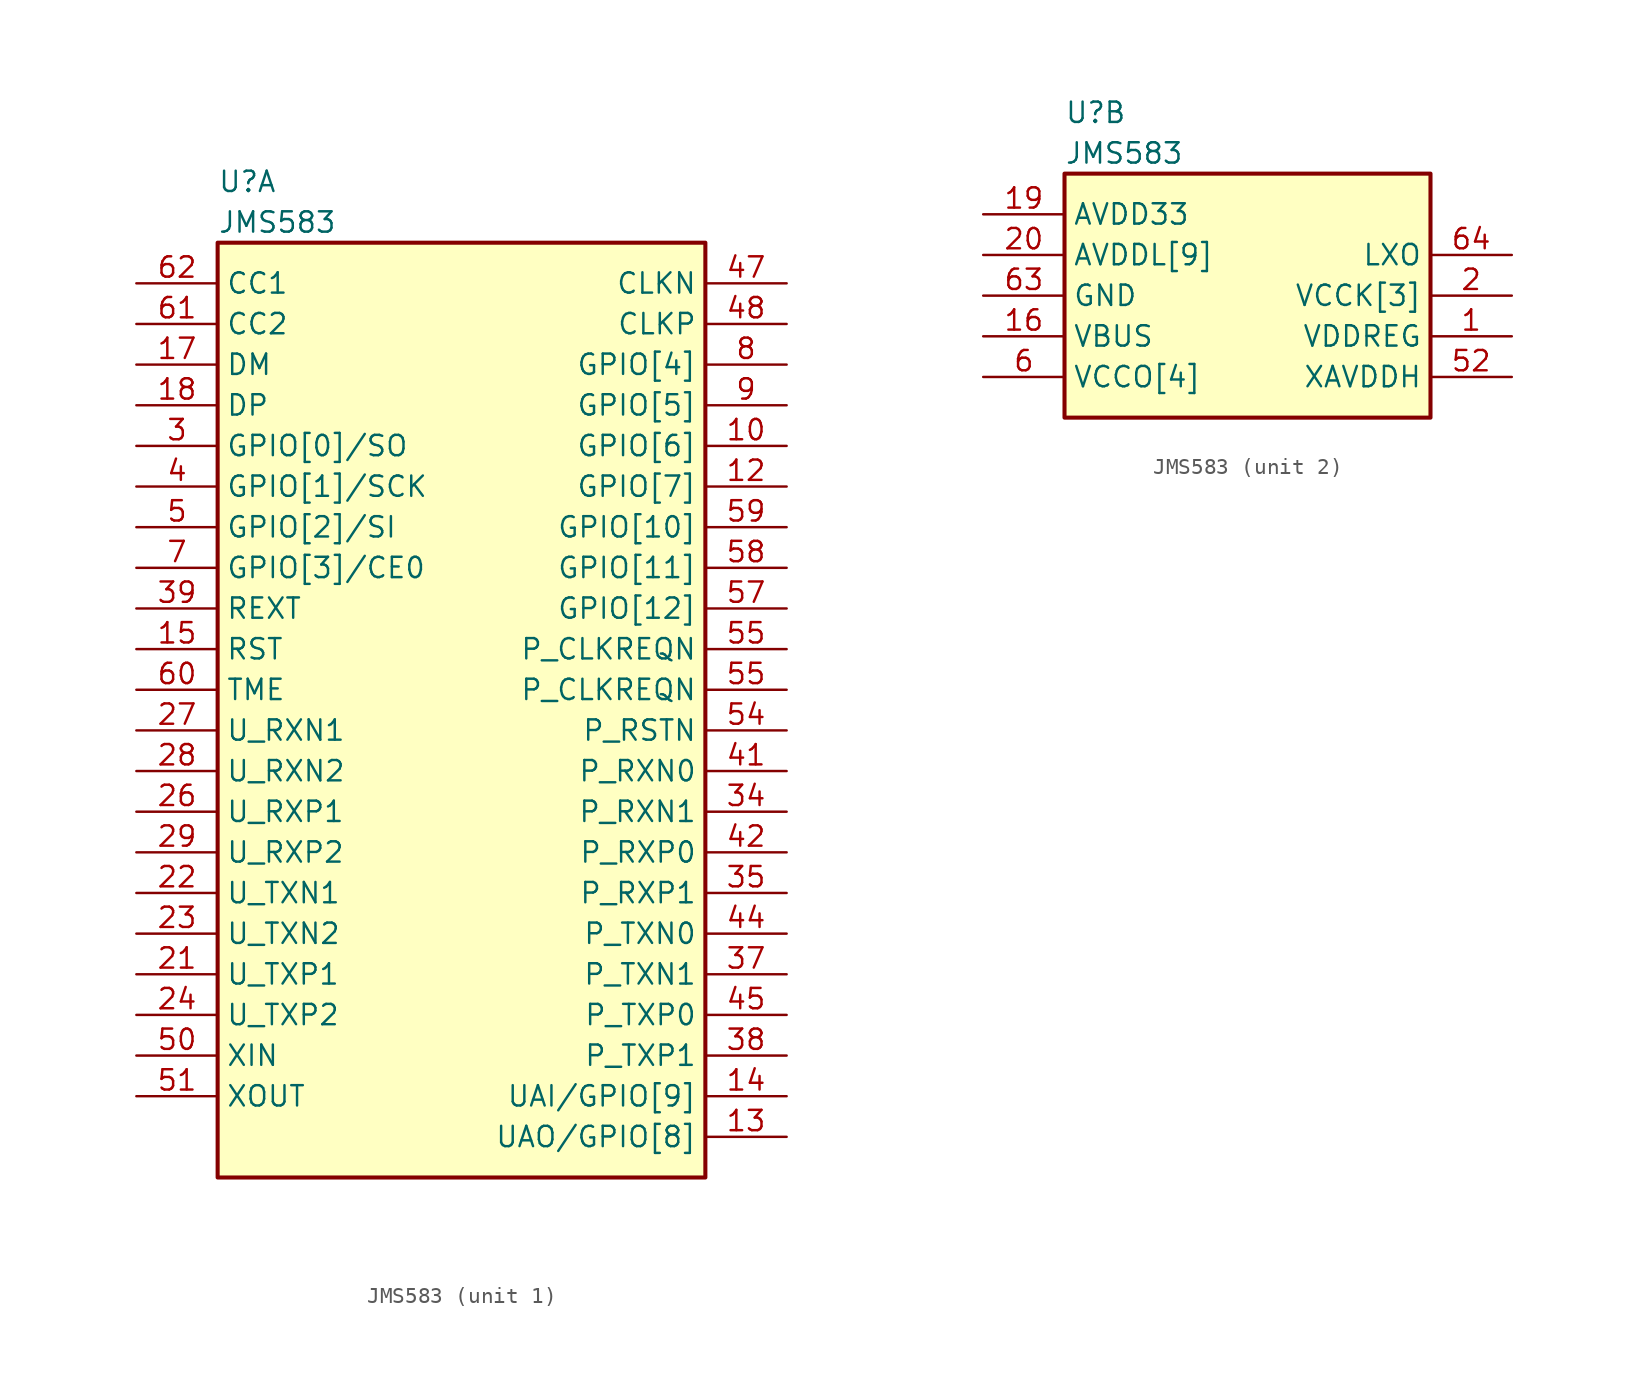
<source format=kicad_sym>
(kicad_symbol_lib
  (version 20211014)
  (generator kicad_symbol_editor)
  (symbol "﻿JMS583"
    (property "Reference" "U"
      (at 5.08 6.35 0)
      (effects (font (size 1.27 1.27)) (justify left)))
    (property "Value" "﻿JMS583"
      (at 5.08 3.81 0)
      (effects (font (size 1.27 1.27)) (justify left)))
    (property "ki_locked" ""
      (at 0 0 0)
      (effects (font (size 1.27 1.27))))
    (symbol "﻿JMS583_1_1"
      (rectangle (start 5.08 2.54) (end 35.56 -55.88) (stroke (width 0.254) (type default) (color 0 0 0 0)) (fill (type background)))
      (pin bidirectional line (at 40.64 -10.16 180) (length 5.08) (name "GPIO[6]" (effects (font (size 1.27 1.27)))) (number "10" (effects (font (size 1.27 1.27)))))
      (pin bidirectional line (at 40.64 -12.7 180) (length 5.08) (name "GPIO[7]" (effects (font (size 1.27 1.27)))) (number "12" (effects (font (size 1.27 1.27)))))
      (pin bidirectional line (at 40.64 -53.34 180) (length 5.08) (name "UAO/GPIO[8]" (effects (font (size 1.27 1.27)))) (number "13" (effects (font (size 1.27 1.27)))))
      (pin bidirectional line (at 40.64 -50.8 180) (length 5.08) (name "UAI/GPIO[9]" (effects (font (size 1.27 1.27)))) (number "14" (effects (font (size 1.27 1.27)))))
      (pin input line (at 0 -22.86 0) (length 5.08) (name "RST" (effects (font (size 1.27 1.27)))) (number "15" (effects (font (size 1.27 1.27)))))
      (pin bidirectional line (at 0 -5.08 0) (length 5.08) (name "DM" (effects (font (size 1.27 1.27)))) (number "17" (effects (font (size 1.27 1.27)))))
      (pin bidirectional line (at 0 -7.62 0) (length 5.08) (name "DP" (effects (font (size 1.27 1.27)))) (number "18" (effects (font (size 1.27 1.27)))))
      (pin output line (at 0 -43.18 0) (length 5.08) (name "U_TXP1" (effects (font (size 1.27 1.27)))) (number "21" (effects (font (size 1.27 1.27)))))
      (pin output line (at 0 -38.1 0) (length 5.08) (name "U_TXN1" (effects (font (size 1.27 1.27)))) (number "22" (effects (font (size 1.27 1.27)))))
      (pin output line (at 0 -40.64 0) (length 5.08) (name "U_TXN2" (effects (font (size 1.27 1.27)))) (number "23" (effects (font (size 1.27 1.27)))))
      (pin output line (at 0 -45.72 0) (length 5.08) (name "U_TXP2" (effects (font (size 1.27 1.27)))) (number "24" (effects (font (size 1.27 1.27)))))
      (pin input line (at 0 -33.02 0) (length 5.08) (name "U_RXP1" (effects (font (size 1.27 1.27)))) (number "26" (effects (font (size 1.27 1.27)))))
      (pin input line (at 0 -27.94 0) (length 5.08) (name "U_RXN1" (effects (font (size 1.27 1.27)))) (number "27" (effects (font (size 1.27 1.27)))))
      (pin input line (at 0 -30.48 0) (length 5.08) (name "U_RXN2" (effects (font (size 1.27 1.27)))) (number "28" (effects (font (size 1.27 1.27)))))
      (pin input line (at 0 -35.56 0) (length 5.08) (name "U_RXP2" (effects (font (size 1.27 1.27)))) (number "29" (effects (font (size 1.27 1.27)))))
      (pin bidirectional line (at 0 -10.16 0) (length 5.08) (name "GPIO[0]/SO" (effects (font (size 1.27 1.27)))) (number "3" (effects (font (size 1.27 1.27)))))
      (pin input line (at 40.64 -33.02 180) (length 5.08) (name "P_RXN1" (effects (font (size 1.27 1.27)))) (number "34" (effects (font (size 1.27 1.27)))))
      (pin input line (at 40.64 -38.1 180) (length 5.08) (name "P_RXP1" (effects (font (size 1.27 1.27)))) (number "35" (effects (font (size 1.27 1.27)))))
      (pin output line (at 40.64 -43.18 180) (length 5.08) (name "P_TXN1" (effects (font (size 1.27 1.27)))) (number "37" (effects (font (size 1.27 1.27)))))
      (pin output line (at 40.64 -48.26 180) (length 5.08) (name "P_TXP1" (effects (font (size 1.27 1.27)))) (number "38" (effects (font (size 1.27 1.27)))))
      (pin input line (at 0 -20.32 0) (length 5.08) (name "REXT" (effects (font (size 1.27 1.27)))) (number "39" (effects (font (size 1.27 1.27)))))
      (pin bidirectional line (at 0 -12.7 0) (length 5.08) (name "GPIO[1]/SCK" (effects (font (size 1.27 1.27)))) (number "4" (effects (font (size 1.27 1.27)))))
      (pin input line (at 40.64 -30.48 180) (length 5.08) (name "P_RXN0" (effects (font (size 1.27 1.27)))) (number "41" (effects (font (size 1.27 1.27)))))
      (pin input line (at 40.64 -35.56 180) (length 5.08) (name "P_RXP0" (effects (font (size 1.27 1.27)))) (number "42" (effects (font (size 1.27 1.27)))))
      (pin output line (at 40.64 -40.64 180) (length 5.08) (name "P_TXN0" (effects (font (size 1.27 1.27)))) (number "44" (effects (font (size 1.27 1.27)))))
      (pin output line (at 40.64 -45.72 180) (length 5.08) (name "P_TXP0" (effects (font (size 1.27 1.27)))) (number "45" (effects (font (size 1.27 1.27)))))
      (pin output line (at 40.64 0 180) (length 5.08) (name "CLKN" (effects (font (size 1.27 1.27)))) (number "47" (effects (font (size 1.27 1.27)))))
      (pin output line (at 40.64 -2.54 180) (length 5.08) (name "CLKP" (effects (font (size 1.27 1.27)))) (number "48" (effects (font (size 1.27 1.27)))))
      (pin bidirectional line (at 0 -15.24 0) (length 5.08) (name "GPIO[2]/SI" (effects (font (size 1.27 1.27)))) (number "5" (effects (font (size 1.27 1.27)))))
      (pin input line (at 0 -48.26 0) (length 5.08) (name "XIN" (effects (font (size 1.27 1.27)))) (number "50" (effects (font (size 1.27 1.27)))))
      (pin output line (at 0 -50.8 0) (length 5.08) (name "XOUT" (effects (font (size 1.27 1.27)))) (number "51" (effects (font (size 1.27 1.27)))))
      (pin output line (at 40.64 -27.94 180) (length 5.08) (name "P_RSTN" (effects (font (size 1.27 1.27)))) (number "54" (effects (font (size 1.27 1.27)))))
      (pin bidirectional line (at 40.64 -25.4 180) (length 5.08) (name "P_CLKREQN" (effects (font (size 1.27 1.27)))) (number "55" (effects (font (size 1.27 1.27)))))
      (pin bidirectional line (at 40.64 -22.86 180) (length 5.08) (name "P_CLKREQN" (effects (font (size 1.27 1.27)))) (number "55" (effects (font (size 1.27 1.27)))))
      (pin bidirectional line (at 40.64 -20.32 180) (length 5.08) (name "GPIO[12]" (effects (font (size 1.27 1.27)))) (number "57" (effects (font (size 1.27 1.27)))))
      (pin bidirectional line (at 40.64 -17.78 180) (length 5.08) (name "GPIO[11]" (effects (font (size 1.27 1.27)))) (number "58" (effects (font (size 1.27 1.27)))))
      (pin bidirectional line (at 40.64 -15.24 180) (length 5.08) (name "GPIO[10]" (effects (font (size 1.27 1.27)))) (number "59" (effects (font (size 1.27 1.27)))))
      (pin input line (at 0 -25.4 0) (length 5.08) (name "TME" (effects (font (size 1.27 1.27)))) (number "60" (effects (font (size 1.27 1.27)))))
      (pin input line (at 0 -2.54 0) (length 5.08) (name "CC2" (effects (font (size 1.27 1.27)))) (number "61" (effects (font (size 1.27 1.27)))))
      (pin input line (at 0 0 0) (length 5.08) (name "CC1" (effects (font (size 1.27 1.27)))) (number "62" (effects (font (size 1.27 1.27)))))
      (pin bidirectional line (at 0 -17.78 0) (length 5.08) (name "GPIO[3]/CE0" (effects (font (size 1.27 1.27)))) (number "7" (effects (font (size 1.27 1.27)))))
      (pin bidirectional line (at 40.64 -5.08 180) (length 5.08) (name "GPIO[4]" (effects (font (size 1.27 1.27)))) (number "8" (effects (font (size 1.27 1.27)))))
      (pin bidirectional line (at 40.64 -7.62 180) (length 5.08) (name "GPIO[5]" (effects (font (size 1.27 1.27)))) (number "9" (effects (font (size 1.27 1.27))))))
    (symbol "﻿JMS583_2_1"
      (rectangle (start 5.08 2.54) (end 27.94 -12.7) (stroke (width 0.254) (type default) (color 0 0 0 0)) (fill (type background)))
      (pin power_in line (at 33.02 -7.62 180) (length 5.08) (name "VDDREG" (effects (font (size 1.27 1.27)))) (number "1" (effects (font (size 1.27 1.27)))))
      (pin passive line (at 0 -10.16 0) (length 5.08) hide (name "VCCO[4]" (effects (font (size 1.27 1.27)))) (number "11" (effects (font (size 1.27 1.27)))))
      (pin power_in line (at 0 -7.62 0) (length 5.08) (name "VBUS" (effects (font (size 1.27 1.27)))) (number "16" (effects (font (size 1.27 1.27)))))
      (pin power_in line (at 0 0 0) (length 5.08) (name "AVDD33" (effects (font (size 1.27 1.27)))) (number "19" (effects (font (size 1.27 1.27)))))
      (pin power_in line (at 33.02 -5.08 180) (length 5.08) (name "VCCK[3]" (effects (font (size 1.27 1.27)))) (number "2" (effects (font (size 1.27 1.27)))))
      (pin power_in line (at 0 -2.54 0) (length 5.08) (name "AVDDL[9]" (effects (font (size 1.27 1.27)))) (number "20" (effects (font (size 1.27 1.27)))))
      (pin passive line (at 0 -2.54 0) (length 5.08) hide (name "AVDDL[9]" (effects (font (size 1.27 1.27)))) (number "25" (effects (font (size 1.27 1.27)))))
      (pin passive line (at 0 -2.54 0) (length 5.08) hide (name "AVDDL[9]" (effects (font (size 1.27 1.27)))) (number "30" (effects (font (size 1.27 1.27)))))
      (pin passive line (at 33.02 -5.08 180) (length 5.08) hide (name "VCCK[3]" (effects (font (size 1.27 1.27)))) (number "31" (effects (font (size 1.27 1.27)))))
      (pin passive line (at 0 -10.16 0) (length 5.08) hide (name "VCCO[4]" (effects (font (size 1.27 1.27)))) (number "32" (effects (font (size 1.27 1.27)))))
      (pin passive line (at 0 -2.54 0) (length 5.08) hide (name "AVDDL[9]" (effects (font (size 1.27 1.27)))) (number "33" (effects (font (size 1.27 1.27)))))
      (pin passive line (at 0 -2.54 0) (length 5.08) hide (name "AVDDL[9]" (effects (font (size 1.27 1.27)))) (number "36" (effects (font (size 1.27 1.27)))))
      (pin passive line (at 0 -2.54 0) (length 5.08) hide (name "AVDDL[9]" (effects (font (size 1.27 1.27)))) (number "40" (effects (font (size 1.27 1.27)))))
      (pin passive line (at 0 -2.54 0) (length 5.08) hide (name "AVDDL[9]" (effects (font (size 1.27 1.27)))) (number "43" (effects (font (size 1.27 1.27)))))
      (pin passive line (at 0 -2.54 0) (length 5.08) hide (name "AVDDL[9]" (effects (font (size 1.27 1.27)))) (number "46" (effects (font (size 1.27 1.27)))))
      (pin passive line (at 0 -2.54 0) (length 5.08) hide (name "AVDDL[9]" (effects (font (size 1.27 1.27)))) (number "49" (effects (font (size 1.27 1.27)))))
      (pin power_in line (at 33.02 -10.16 180) (length 5.08) (name "XAVDDH" (effects (font (size 1.27 1.27)))) (number "52" (effects (font (size 1.27 1.27)))))
      (pin passive line (at 33.02 -5.08 180) (length 5.08) hide (name "VCCK[3]" (effects (font (size 1.27 1.27)))) (number "53" (effects (font (size 1.27 1.27)))))
      (pin passive line (at 0 -10.16 0) (length 5.08) hide (name "VCCO[4]" (effects (font (size 1.27 1.27)))) (number "56" (effects (font (size 1.27 1.27)))))
      (pin power_in line (at 0 -10.16 0) (length 5.08) (name "VCCO[4]" (effects (font (size 1.27 1.27)))) (number "6" (effects (font (size 1.27 1.27)))))
      (pin power_in line (at 0 -5.08 0) (length 5.08) (name "GND" (effects (font (size 1.27 1.27)))) (number "63" (effects (font (size 1.27 1.27)))))
      (pin power_in line (at 33.02 -2.54 180) (length 5.08) (name "LXO" (effects (font (size 1.27 1.27)))) (number "64" (effects (font (size 1.27 1.27))))))))
</source>
